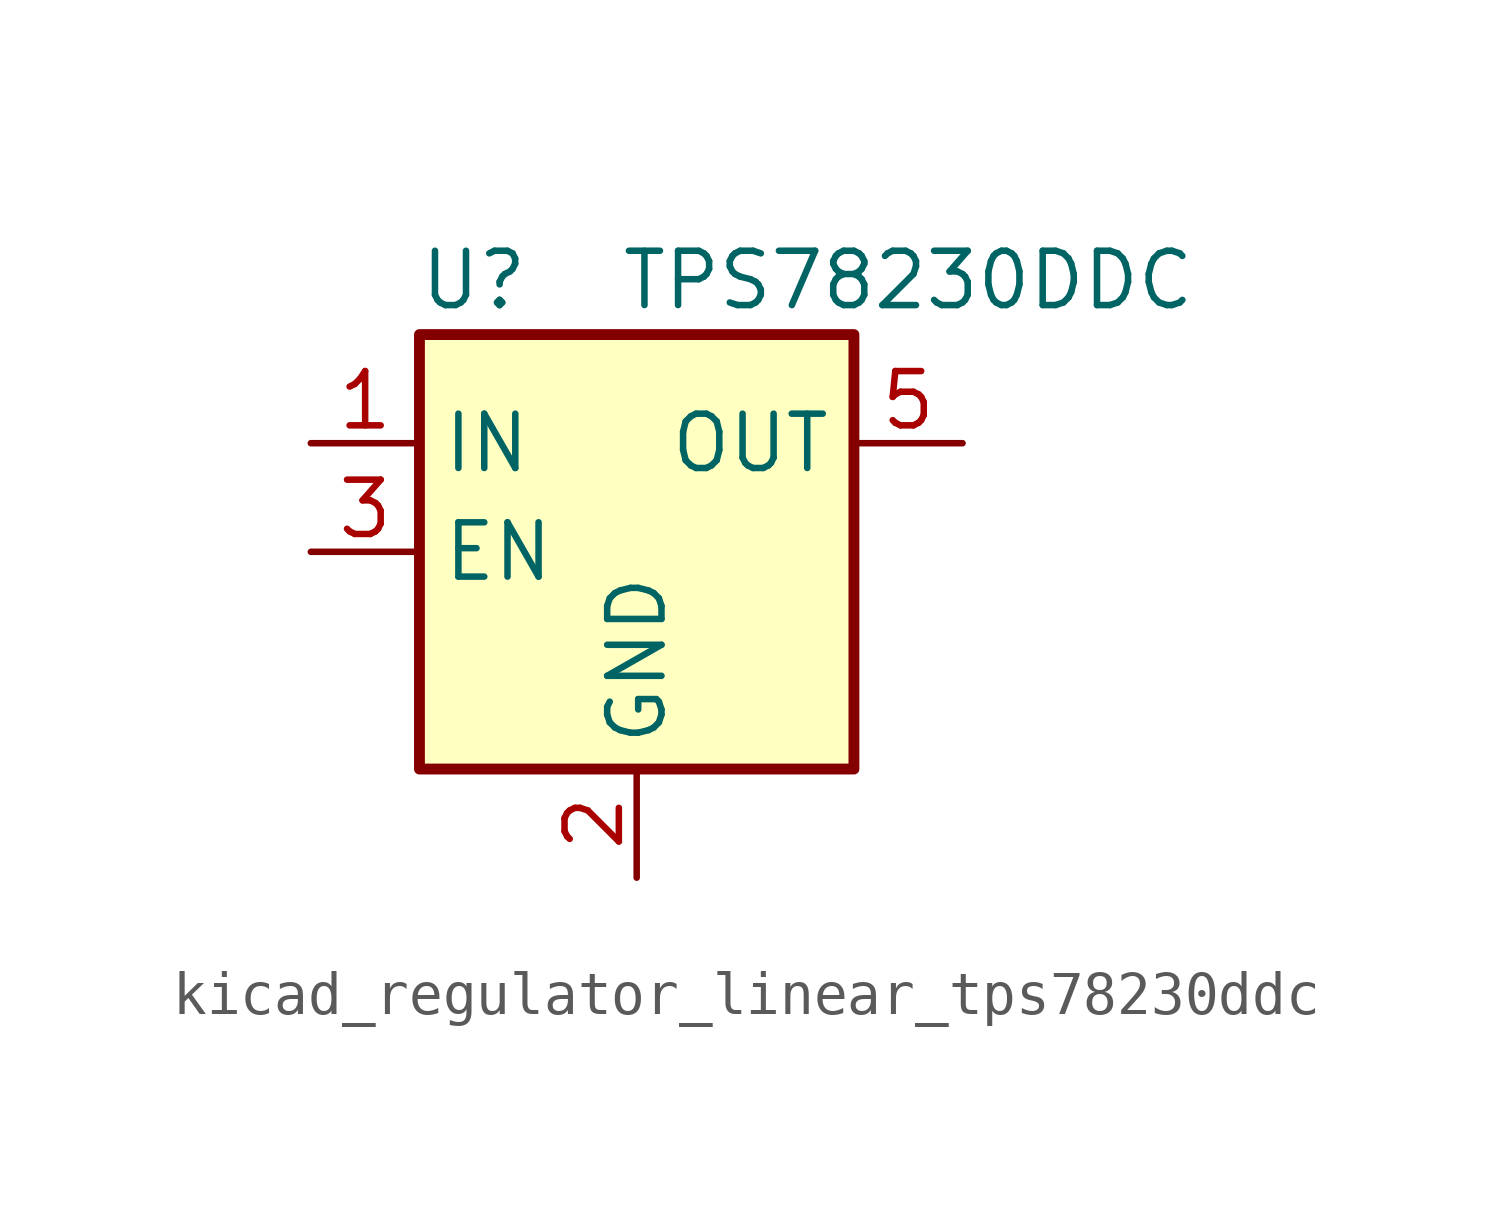
<source format=kicad_sym>
(kicad_symbol_lib
  (version 20220914)
  (generator kicad_symbol_editor)
  (symbol "kicad_regulator_linear_tps78230ddc"
    (property "Reference" "U"
      (at -3.81 6.35 0)
      (effects (font (size 1.27 1.27))))
    (property "Value" "TPS78230DDC"
      (at 6.35 6.35 0)
      (effects (font (size 1.27 1.27))))
    (symbol "kicad_regulator_linear_tps78230ddc_0_1"
      (rectangle (start -5.08 -5.08) (end 5.08 5.08) (stroke (width 0.254) (type default)) (fill (type background)))
      (pin power_in line (at -7.62 2.54 0) (length 2.54) (name "IN" (effects (font (size 1.27 1.27)))) (number "1" (effects (font (size 1.27 1.27)))))
      (pin power_in line (at 0 -7.62 90) (length 2.54) (name "GND" (effects (font (size 1.27 1.27)))) (number "2" (effects (font (size 1.27 1.27)))))
      (pin input line (at -7.62 0 0) (length 2.54) (name "EN" (effects (font (size 1.27 1.27)))) (number "3" (effects (font (size 1.27 1.27)))))
      (pin power_out line (at 7.62 2.54 180) (length 2.54) (name "OUT" (effects (font (size 1.27 1.27)))) (number "5" (effects (font (size 1.27 1.27))))))
    (symbol "kicad_regulator_linear_tps78230ddc_1_1"
      (pin passive line (at 0 -7.62 90) (length 2.54) hide (name "GND" (effects (font (size 1.27 1.27)))) (number "4" (effects (font (size 1.27 1.27))))))))
</source>
